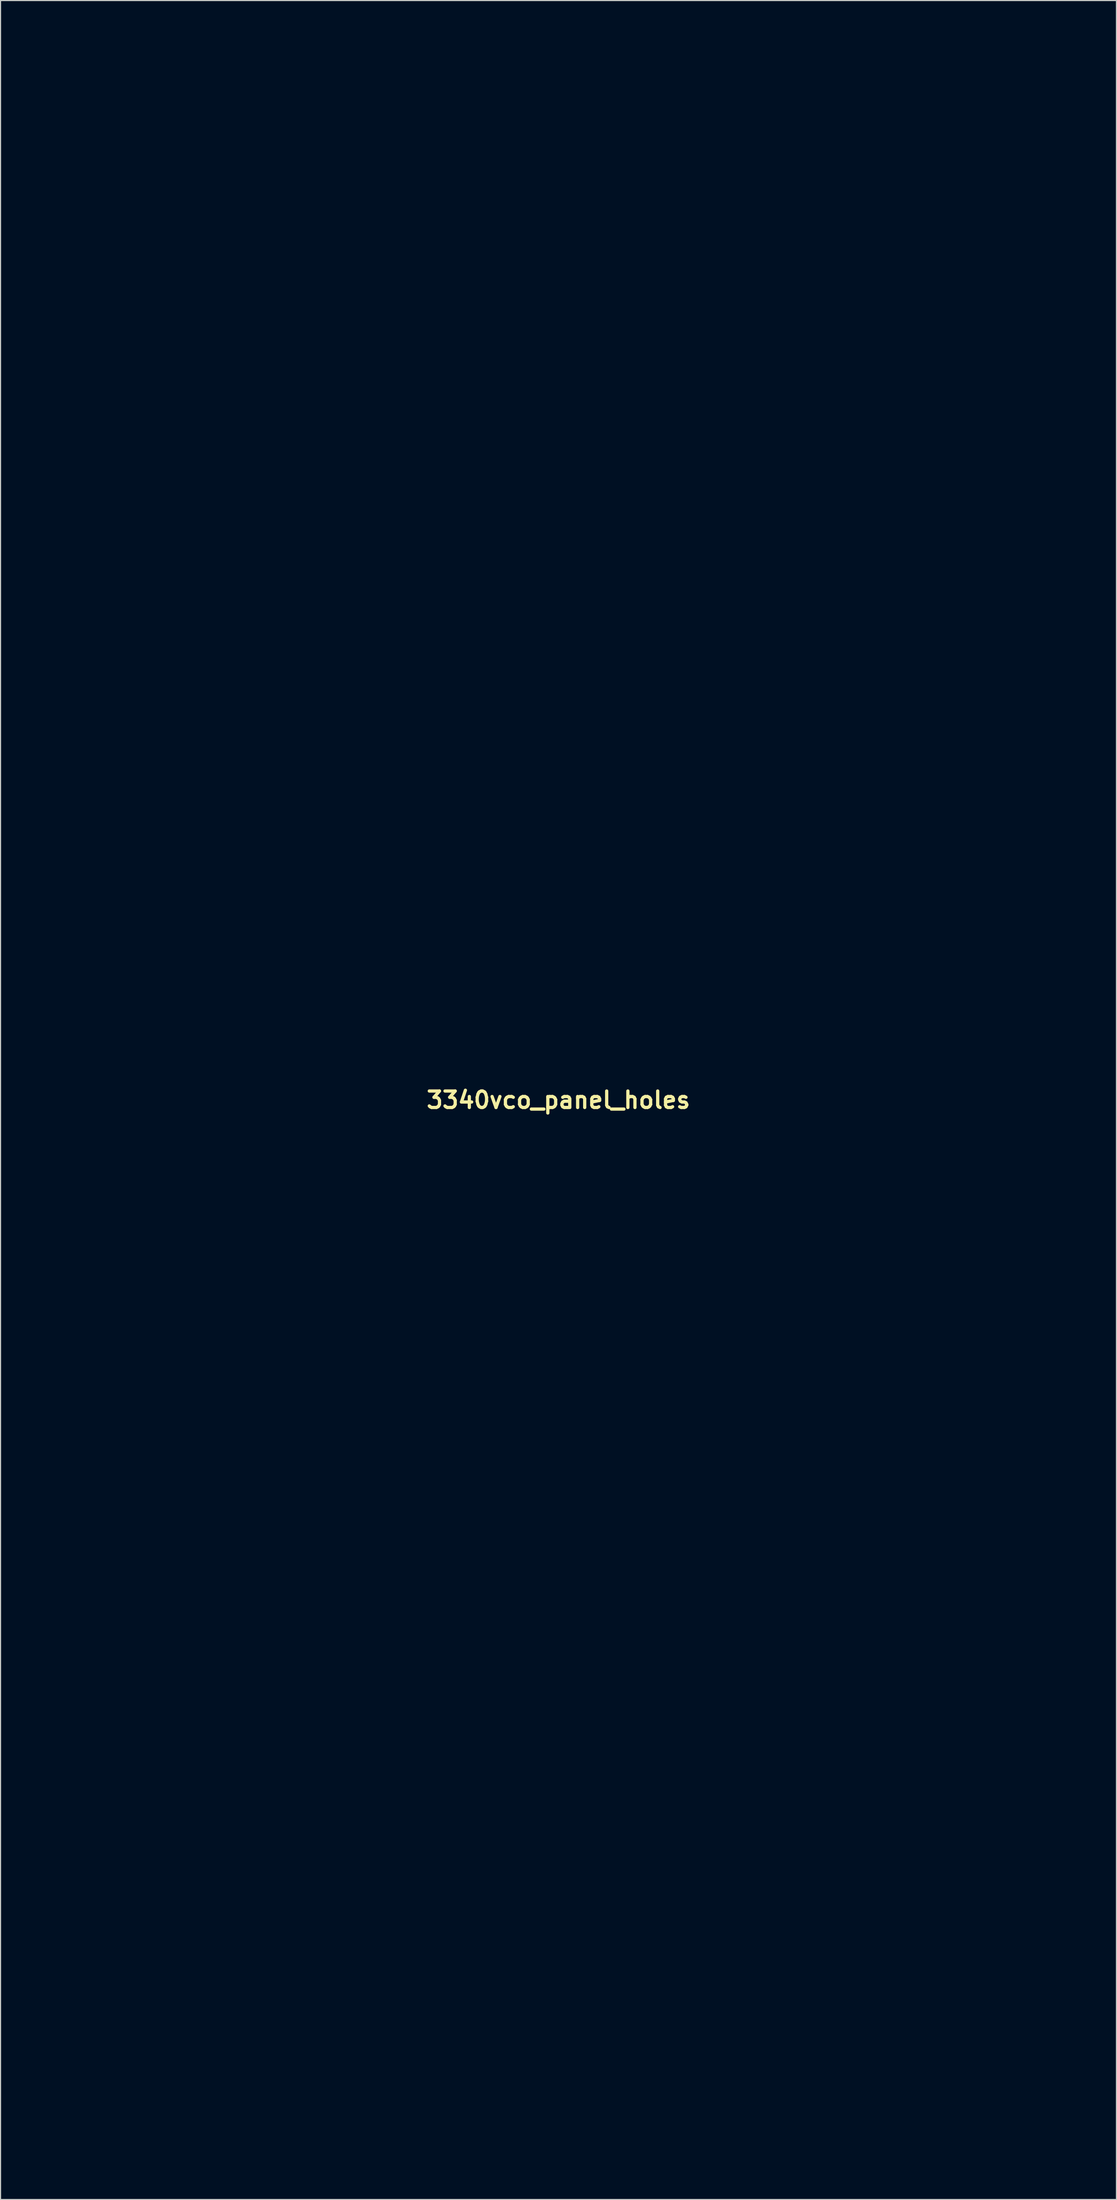
<source format=kicad_pcb>
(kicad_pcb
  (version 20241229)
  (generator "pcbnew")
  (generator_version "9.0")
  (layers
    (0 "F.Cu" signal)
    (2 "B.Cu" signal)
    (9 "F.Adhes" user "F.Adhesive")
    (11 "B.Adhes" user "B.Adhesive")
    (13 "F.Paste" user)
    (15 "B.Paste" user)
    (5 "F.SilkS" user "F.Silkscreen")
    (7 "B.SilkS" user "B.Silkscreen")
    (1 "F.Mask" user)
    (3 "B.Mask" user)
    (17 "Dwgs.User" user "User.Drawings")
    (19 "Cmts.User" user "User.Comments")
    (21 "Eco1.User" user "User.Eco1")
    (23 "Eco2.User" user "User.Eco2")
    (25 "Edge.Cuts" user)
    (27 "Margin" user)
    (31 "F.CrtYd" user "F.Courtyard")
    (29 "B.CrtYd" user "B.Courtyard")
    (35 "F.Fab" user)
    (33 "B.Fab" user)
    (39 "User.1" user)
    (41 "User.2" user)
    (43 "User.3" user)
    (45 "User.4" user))
  (footprint "3340vco_panel_holes"
    (layer "F.Cu")
    (at 48.58 98.605)
    (property "Reference" "3340vco_panel_holes" (at 0 0 0) (layer "F.SilkS") (effects (font (size 1.524 1.524) (thickness 0.3))))
    (attr through_hole)
    (fp_poly (pts (xy 47.213 -86.201) (xy 47.396 -86.016) (xy 47.396 40.017) (xy 47.213 40.201) (xy 47.029 40.386) (xy -2.986 40.386) (xy -3.378 39.991) (xy -3.378 16.383) (xy -47.004 16.383) (xy -47.187 16.198) (xy -47.371 16.014) (xy -47.371 -16.994) (xy -47.371 -49.606) (xy -46.584 -49.606) (xy -46.584 15.596) (xy -3.011 15.596) (xy -2.591 16.014) (xy -2.591 39.599) (xy 46.609 39.599) (xy 46.609 -85.598) (xy -9.601 -85.598) (xy -9.601 -50.001) (xy -9.797 -49.804) (xy -9.994 -49.606) (xy -46.584 -49.606) (xy -47.371 -49.606) (xy -47.371 -50.001) (xy -47.174 -50.197) (xy -46.976 -50.394) (xy -10.389 -50.394) (xy -10.382 -68.193) (xy -10.376 -85.992) (xy -10.179 -85.999) (xy -9.982 -86.007) (xy -9.982 -86.385) (xy 18.524 -86.385) (xy 47.029 -86.385) (xy 47.213 -86.201)) (stroke (width 0.01) (type solid)) (fill no) (layer "Eco1.User"))
    (fp_poly (pts (xy 44.277 -55.217) (xy 44.503 -55.145) (xy 44.707 -55.032) (xy 44.886 -54.883) (xy 45.034 -54.704) (xy 45.148 -54.502) (xy 45.224 -54.282) (xy 45.257 -54.051) (xy 45.244 -53.821) (xy 45.184 -53.584) (xy 45.082 -53.369) (xy 44.945 -53.181) (xy 44.777 -53.023) (xy 44.585 -52.897) (xy 44.373 -52.809) (xy 44.147 -52.761) (xy 43.913 -52.757) (xy 43.695 -52.795) (xy 43.464 -52.882) (xy 43.259 -53.01) (xy 43.085 -53.172) (xy 42.946 -53.365) (xy 42.845 -53.582) (xy 42.787 -53.817) (xy 42.774 -54) (xy 42.785 -54.127) (xy 43.002 -54.127) (xy 43.002 -53.873) (xy 43.866 -53.873) (xy 43.866 -53.01) (xy 44.145 -53.01) (xy 44.145 -53.873) (xy 45.009 -53.873) (xy 45.009 -54.127) (xy 44.145 -54.127) (xy 44.145 -54.991) (xy 43.866 -54.991) (xy 43.866 -54.127) (xy 43.002 -54.127) (xy 42.785 -54.127) (xy 42.797 -54.251) (xy 42.866 -54.481) (xy 42.981 -54.691) (xy 43.139 -54.876) (xy 43.338 -55.04) (xy 43.555 -55.157) (xy 43.786 -55.226) (xy 44.03 -55.245) (xy 44.277 -55.217)) (stroke (width 0.01) (type solid)) (fill no) (layer "Eco1.User"))
    (fp_poly (pts (xy 44.264 -15.217) (xy 44.487 -15.151) (xy 44.687 -15.047) (xy 44.862 -14.91) (xy 45.009 -14.746) (xy 45.124 -14.558) (xy 45.205 -14.352) (xy 45.249 -14.133) (xy 45.253 -13.906) (xy 45.213 -13.676) (xy 45.127 -13.449) (xy 45.105 -13.406) (xy 44.973 -13.209) (xy 44.805 -13.044) (xy 44.609 -12.912) (xy 44.393 -12.818) (xy 44.163 -12.765) (xy 43.927 -12.756) (xy 43.722 -12.787) (xy 43.492 -12.868) (xy 43.286 -12.989) (xy 43.108 -13.147) (xy 42.964 -13.333) (xy 42.858 -13.545) (xy 42.793 -13.775) (xy 42.774 -13.992) (xy 42.784 -14.122) (xy 43.002 -14.122) (xy 43.002 -13.868) (xy 43.866 -13.868) (xy 43.866 -13.005) (xy 44.145 -13.005) (xy 44.145 -13.868) (xy 45.009 -13.868) (xy 45.009 -14.122) (xy 44.145 -14.122) (xy 44.145 -15.014) (xy 44.012 -15.006) (xy 43.879 -14.999) (xy 43.865 -14.122) (xy 43.002 -14.122) (xy 42.784 -14.122) (xy 42.793 -14.234) (xy 42.849 -14.447) (xy 42.948 -14.643) (xy 43.091 -14.828) (xy 43.108 -14.847) (xy 43.297 -15.014) (xy 43.507 -15.135) (xy 43.738 -15.21) (xy 43.991 -15.239) (xy 44.022 -15.24) (xy 44.264 -15.217)) (stroke (width 0.01) (type solid)) (fill no) (layer "Eco1.User"))
    (fp_poly (pts (xy 44.178 -75.231) (xy 44.318 -75.208) (xy 44.453 -75.164) (xy 44.605 -75.092) (xy 44.609 -75.089) (xy 44.8 -74.962) (xy 44.965 -74.796) (xy 45.099 -74.601) (xy 45.196 -74.386) (xy 45.251 -74.158) (xy 45.262 -73.995) (xy 45.248 -73.841) (xy 45.211 -73.671) (xy 45.158 -73.508) (xy 45.123 -73.432) (xy 45.025 -73.278) (xy 44.893 -73.128) (xy 44.742 -72.995) (xy 44.586 -72.896) (xy 44.567 -72.886) (xy 44.344 -72.799) (xy 44.129 -72.756) (xy 43.911 -72.757) (xy 43.749 -72.783) (xy 43.512 -72.859) (xy 43.302 -72.976) (xy 43.121 -73.13) (xy 42.974 -73.314) (xy 42.864 -73.525) (xy 42.796 -73.758) (xy 42.786 -73.863) (xy 43 -73.863) (xy 43.866 -73.863) (xy 43.866 -73) (xy 44.145 -73) (xy 44.145 -73.863) (xy 45.009 -73.863) (xy 45.009 -74.143) (xy 44.145 -74.143) (xy 44.145 -75.009) (xy 44.012 -75.001) (xy 43.879 -74.993) (xy 43.872 -74.569) (xy 43.865 -74.144) (xy 43.44 -74.137) (xy 43.015 -74.13) (xy 43.007 -73.997) (xy 43 -73.863) (xy 42.786 -73.863) (xy 42.774 -74.001) (xy 42.795 -74.251) (xy 42.86 -74.476) (xy 42.971 -74.682) (xy 43.129 -74.872) (xy 43.133 -74.876) (xy 43.324 -75.035) (xy 43.531 -75.148) (xy 43.759 -75.215) (xy 44.01 -75.237) (xy 44.011 -75.237) (xy 44.178 -75.231)) (stroke (width 0.01) (type solid)) (fill no) (layer "Eco1.User"))
    (fp_poly (pts (xy 44.157 -45.232) (xy 44.319 -45.207) (xy 44.336 -45.203) (xy 44.552 -45.121) (xy 44.753 -44.997) (xy 44.929 -44.84) (xy 45.071 -44.657) (xy 45.132 -44.546) (xy 45.217 -44.316) (xy 45.254 -44.086) (xy 45.248 -43.86) (xy 45.201 -43.644) (xy 45.119 -43.44) (xy 45.003 -43.255) (xy 44.857 -43.091) (xy 44.686 -42.955) (xy 44.492 -42.85) (xy 44.278 -42.781) (xy 44.049 -42.752) (xy 43.808 -42.768) (xy 43.766 -42.776) (xy 43.644 -42.812) (xy 43.503 -42.872) (xy 43.36 -42.946) (xy 43.236 -43.026) (xy 43.182 -43.068) (xy 43.054 -43.205) (xy 42.94 -43.374) (xy 42.85 -43.559) (xy 42.82 -43.645) (xy 42.786 -43.813) (xy 42.783 -43.866) (xy 43 -43.866) (xy 43.866 -43.866) (xy 43.866 -43.002) (xy 44.145 -43.002) (xy 44.145 -43.866) (xy 45.009 -43.866) (xy 45.009 -44.145) (xy 44.145 -44.145) (xy 44.145 -45.011) (xy 44.012 -45.004) (xy 43.879 -44.996) (xy 43.872 -44.571) (xy 43.865 -44.146) (xy 43.44 -44.139) (xy 43.015 -44.133) (xy 43.007 -43.999) (xy 43 -43.866) (xy 42.783 -43.866) (xy 42.776 -44.002) (xy 42.787 -44.193) (xy 42.821 -44.368) (xy 42.847 -44.447) (xy 42.959 -44.662) (xy 43.109 -44.852) (xy 43.289 -45.011) (xy 43.492 -45.132) (xy 43.634 -45.187) (xy 43.792 -45.221) (xy 43.974 -45.236) (xy 44.157 -45.232)) (stroke (width 0.01) (type solid)) (fill no) (layer "Eco1.User"))
    (fp_poly (pts (xy 44.239 -25.225) (xy 44.454 -25.16) (xy 44.659 -25.059) (xy 44.841 -24.928) (xy 44.894 -24.879) (xy 45.048 -24.691) (xy 45.159 -24.485) (xy 45.227 -24.266) (xy 45.254 -24.04) (xy 45.24 -23.815) (xy 45.186 -23.595) (xy 45.094 -23.387) (xy 44.963 -23.197) (xy 44.796 -23.031) (xy 44.601 -22.9) (xy 44.415 -22.822) (xy 44.205 -22.775) (xy 43.988 -22.76) (xy 43.779 -22.777) (xy 43.661 -22.806) (xy 43.426 -22.906) (xy 43.22 -23.045) (xy 43.047 -23.219) (xy 42.912 -23.422) (xy 42.818 -23.651) (xy 42.808 -23.686) (xy 42.783 -23.828) (xy 42.775 -23.995) (xy 42.782 -24.13) (xy 43.002 -24.13) (xy 43.002 -23.876) (xy 43.866 -23.876) (xy 43.866 -23.448) (xy 43.867 -23.306) (xy 43.869 -23.182) (xy 43.873 -23.084) (xy 43.878 -23.022) (xy 43.883 -23.004) (xy 43.916 -22.994) (xy 43.982 -22.988) (xy 44.022 -22.987) (xy 44.145 -22.987) (xy 44.145 -23.876) (xy 45.009 -23.876) (xy 45.009 -24.13) (xy 44.145 -24.13) (xy 44.145 -24.994) (xy 43.866 -24.994) (xy 43.866 -24.13) (xy 43.002 -24.13) (xy 42.782 -24.13) (xy 42.783 -24.163) (xy 42.808 -24.31) (xy 42.815 -24.335) (xy 42.909 -24.569) (xy 43.042 -24.774) (xy 43.209 -24.948) (xy 43.406 -25.085) (xy 43.626 -25.183) (xy 43.864 -25.237) (xy 44.027 -25.248) (xy 44.239 -25.225)) (stroke (width 0.01) (type solid)) (fill no) (layer "Eco1.User"))
    (fp_poly (pts (xy 44.316 -35.208) (xy 44.413 -35.178) (xy 44.634 -35.077) (xy 44.827 -34.938) (xy 44.989 -34.767) (xy 45.116 -34.57) (xy 45.205 -34.354) (xy 45.253 -34.124) (xy 45.255 -33.886) (xy 45.235 -33.752) (xy 45.161 -33.518) (xy 45.047 -33.309) (xy 44.897 -33.127) (xy 44.717 -32.977) (xy 44.512 -32.863) (xy 44.288 -32.789) (xy 44.051 -32.758) (xy 43.839 -32.769) (xy 43.6 -32.827) (xy 43.381 -32.928) (xy 43.186 -33.069) (xy 43.022 -33.245) (xy 42.893 -33.45) (xy 42.814 -33.653) (xy 42.783 -33.816) (xy 42.774 -34.002) (xy 42.783 -34.138) (xy 43 -34.138) (xy 43.007 -34.004) (xy 43.015 -33.871) (xy 43.866 -33.857) (xy 43.866 -33.443) (xy 43.867 -33.303) (xy 43.87 -33.18) (xy 43.874 -33.086) (xy 43.879 -33.027) (xy 43.883 -33.012) (xy 43.916 -33.002) (xy 43.982 -32.996) (xy 44.022 -32.995) (xy 44.145 -32.995) (xy 44.145 -33.858) (xy 45.009 -33.858) (xy 45.009 -34.138) (xy 44.145 -34.138) (xy 44.145 -35.004) (xy 44.012 -34.996) (xy 43.879 -34.989) (xy 43.872 -34.563) (xy 43.865 -34.138) (xy 43 -34.138) (xy 42.783 -34.138) (xy 42.787 -34.191) (xy 42.821 -34.361) (xy 42.825 -34.374) (xy 42.919 -34.597) (xy 43.051 -34.792) (xy 43.216 -34.956) (xy 43.407 -35.087) (xy 43.618 -35.18) (xy 43.844 -35.233) (xy 44.079 -35.243) (xy 44.316 -35.208)) (stroke (width 0.01) (type solid)) (fill no) (layer "Eco1.User"))
    (fp_poly (pts (xy 44.184 -65.234) (xy 44.415 -65.178) (xy 44.634 -65.076) (xy 44.835 -64.927) (xy 44.868 -64.896) (xy 45.031 -64.707) (xy 45.151 -64.498) (xy 45.227 -64.276) (xy 45.259 -64.048) (xy 45.247 -63.818) (xy 45.191 -63.593) (xy 45.091 -63.379) (xy 44.946 -63.182) (xy 44.896 -63.129) (xy 44.699 -62.965) (xy 44.483 -62.848) (xy 44.336 -62.798) (xy 44.196 -62.774) (xy 44.03 -62.766) (xy 43.859 -62.772) (xy 43.704 -62.794) (xy 43.631 -62.813) (xy 43.413 -62.909) (xy 43.215 -63.047) (xy 43.044 -63.221) (xy 42.908 -63.425) (xy 42.847 -63.554) (xy 42.802 -63.712) (xy 42.779 -63.897) (xy 42.778 -64.09) (xy 42.783 -64.135) (xy 43 -64.135) (xy 43.007 -64.002) (xy 43.015 -63.868) (xy 43.866 -63.854) (xy 43.866 -63.44) (xy 43.867 -63.3) (xy 43.87 -63.178) (xy 43.874 -63.083) (xy 43.879 -63.024) (xy 43.883 -63.009) (xy 43.916 -62.999) (xy 43.982 -62.993) (xy 44.022 -62.992) (xy 44.145 -62.992) (xy 44.145 -63.856) (xy 45.009 -63.856) (xy 45.009 -64.135) (xy 44.145 -64.135) (xy 44.145 -64.999) (xy 43.866 -64.999) (xy 43.866 -64.135) (xy 43 -64.135) (xy 42.783 -64.135) (xy 42.799 -64.271) (xy 42.82 -64.356) (xy 42.916 -64.59) (xy 43.052 -64.793) (xy 43.226 -64.964) (xy 43.438 -65.099) (xy 43.467 -65.114) (xy 43.705 -65.203) (xy 43.945 -65.243) (xy 44.184 -65.234)) (stroke (width 0.01) (type solid)) (fill no) (layer "Eco1.User"))
    (fp_poly (pts (xy 25.215 22.546) (xy 25.533 22.592) (xy 25.843 22.679) (xy 26.139 22.805) (xy 26.417 22.969) (xy 26.674 23.168) (xy 26.904 23.403) (xy 27.105 23.671) (xy 27.271 23.972) (xy 27.357 24.179) (xy 27.453 24.514) (xy 27.501 24.85) (xy 27.502 25.185) (xy 27.459 25.514) (xy 27.374 25.832) (xy 27.248 26.136) (xy 27.084 26.421) (xy 26.884 26.683) (xy 26.649 26.918) (xy 26.381 27.122) (xy 26.083 27.289) (xy 25.864 27.381) (xy 25.557 27.468) (xy 25.235 27.518) (xy 24.912 27.528) (xy 24.603 27.497) (xy 24.588 27.495) (xy 24.246 27.408) (xy 23.923 27.276) (xy 23.623 27.102) (xy 23.35 26.89) (xy 23.108 26.643) (xy 22.902 26.364) (xy 22.745 26.076) (xy 22.621 25.751) (xy 22.546 25.418) (xy 22.517 25.082) (xy 22.528 24.867) (xy 24 24.867) (xy 24.008 25) (xy 24.016 25.133) (xy 24.867 25.147) (xy 24.867 26.035) (xy 25.146 26.035) (xy 25.146 25.146) (xy 26.01 25.146) (xy 26.01 24.867) (xy 25.146 24.867) (xy 25.146 24.026) (xy 25.013 24.033) (xy 24.879 24.041) (xy 24.872 24.454) (xy 24.865 24.867) (xy 24 24.867) (xy 22.528 24.867) (xy 22.534 24.748) (xy 22.595 24.421) (xy 22.698 24.104) (xy 22.844 23.803) (xy 23.029 23.522) (xy 23.253 23.267) (xy 23.515 23.04) (xy 23.623 22.964) (xy 23.927 22.789) (xy 24.243 22.661) (xy 24.565 22.578) (xy 24.89 22.54) (xy 25.215 22.546)) (stroke (width 0.01) (type solid)) (fill no) (layer "Eco1.User"))
    (fp_poly (pts (xy -24.611 -27.466) (xy -24.27 -27.389) (xy -23.939 -27.265) (xy -23.65 -27.11) (xy -23.502 -27.004) (xy -23.342 -26.868) (xy -23.183 -26.712) (xy -23.037 -26.551) (xy -22.917 -26.397) (xy -22.878 -26.337) (xy -22.709 -26.018) (xy -22.588 -25.687) (xy -22.515 -25.346) (xy -22.492 -25.001) (xy -22.517 -24.655) (xy -22.591 -24.312) (xy -22.714 -23.975) (xy -22.734 -23.931) (xy -22.904 -23.628) (xy -23.113 -23.353) (xy -23.359 -23.111) (xy -23.636 -22.903) (xy -23.941 -22.734) (xy -24.27 -22.607) (xy -24.416 -22.566) (xy -24.574 -22.538) (xy -24.765 -22.52) (xy -24.972 -22.514) (xy -25.177 -22.518) (xy -25.365 -22.534) (xy -25.489 -22.554) (xy -25.832 -22.652) (xy -26.146 -22.788) (xy -26.436 -22.968) (xy -26.707 -23.192) (xy -26.726 -23.211) (xy -26.956 -23.466) (xy -27.146 -23.749) (xy -27.294 -24.053) (xy -27.4 -24.375) (xy -27.462 -24.709) (xy -27.479 -25.05) (xy -27.468 -25.171) (xy -25.984 -25.171) (xy -25.984 -24.892) (xy -25.121 -24.892) (xy -25.121 -24.003) (xy -24.841 -24.003) (xy -24.841 -24.891) (xy -23.99 -24.905) (xy -23.975 -25.171) (xy -24.84 -25.171) (xy -24.854 -25.997) (xy -24.987 -26.005) (xy -25.121 -26.012) (xy -25.121 -25.171) (xy -25.984 -25.171) (xy -27.468 -25.171) (xy -27.45 -25.392) (xy -27.373 -25.731) (xy -27.328 -25.867) (xy -27.25 -26.05) (xy -27.144 -26.248) (xy -27.022 -26.443) (xy -26.893 -26.617) (xy -26.869 -26.645) (xy -26.691 -26.826) (xy -26.475 -26.998) (xy -26.234 -27.154) (xy -25.981 -27.285) (xy -25.728 -27.384) (xy -25.654 -27.406) (xy -25.308 -27.475) (xy -24.959 -27.495) (xy -24.611 -27.466)) (stroke (width 0.01) (type solid)) (fill no) (layer "Eco1.User"))
    (fp_poly (pts (xy 25.278 -7.447) (xy 25.604 -7.388) (xy 25.918 -7.288) (xy 26.216 -7.149) (xy 26.494 -6.971) (xy 26.747 -6.759) (xy 26.971 -6.513) (xy 27.162 -6.237) (xy 27.314 -5.932) (xy 27.361 -5.81) (xy 27.456 -5.472) (xy 27.502 -5.135) (xy 27.503 -4.802) (xy 27.46 -4.478) (xy 27.376 -4.166) (xy 27.253 -3.87) (xy 27.094 -3.592) (xy 26.901 -3.337) (xy 26.677 -3.108) (xy 26.424 -2.909) (xy 26.144 -2.743) (xy 25.84 -2.613) (xy 25.514 -2.524) (xy 25.168 -2.479) (xy 25.108 -2.476) (xy 24.895 -2.476) (xy 24.696 -2.49) (xy 24.613 -2.501) (xy 24.271 -2.583) (xy 23.952 -2.707) (xy 23.659 -2.87) (xy 23.394 -3.068) (xy 23.159 -3.297) (xy 22.957 -3.554) (xy 22.79 -3.835) (xy 22.661 -4.136) (xy 22.572 -4.454) (xy 22.525 -4.784) (xy 22.522 -5.122) (xy 22.523 -5.131) (xy 24.003 -5.131) (xy 24.003 -4.877) (xy 24.867 -4.877) (xy 24.867 -4.437) (xy 24.868 -4.292) (xy 24.87 -4.165) (xy 24.874 -4.065) (xy 24.879 -4) (xy 24.884 -3.979) (xy 24.917 -3.969) (xy 24.983 -3.963) (xy 25.023 -3.962) (xy 25.146 -3.962) (xy 25.146 -4.877) (xy 26.01 -4.877) (xy 26.01 -5.131) (xy 25.146 -5.131) (xy 25.146 -5.972) (xy 25.013 -5.964) (xy 24.879 -5.956) (xy 24.872 -5.544) (xy 24.865 -5.131) (xy 24.003 -5.131) (xy 22.523 -5.131) (xy 22.567 -5.466) (xy 22.608 -5.636) (xy 22.721 -5.959) (xy 22.879 -6.261) (xy 23.077 -6.539) (xy 23.311 -6.788) (xy 23.577 -7.004) (xy 23.872 -7.183) (xy 24.191 -7.322) (xy 24.273 -7.349) (xy 24.608 -7.429) (xy 24.944 -7.461) (xy 25.278 -7.447)) (stroke (width 0.01) (type solid)) (fill no) (layer "Eco1.User"))
    (fp_poly (pts (xy 25.439 -67.425) (xy 25.771 -67.344) (xy 26.093 -67.217) (xy 26.124 -67.201) (xy 26.375 -67.054) (xy 26.618 -66.87) (xy 26.84 -66.662) (xy 27.028 -66.44) (xy 27.075 -66.373) (xy 27.25 -66.071) (xy 27.379 -65.754) (xy 27.462 -65.427) (xy 27.501 -65.095) (xy 27.496 -64.763) (xy 27.448 -64.436) (xy 27.357 -64.117) (xy 27.225 -63.812) (xy 27.051 -63.525) (xy 26.836 -63.262) (xy 26.582 -63.026) (xy 26.581 -63.026) (xy 26.315 -62.841) (xy 26.02 -62.69) (xy 25.707 -62.577) (xy 25.384 -62.502) (xy 25.06 -62.469) (xy 24.744 -62.481) (xy 24.701 -62.486) (xy 24.349 -62.558) (xy 24.019 -62.675) (xy 23.712 -62.837) (xy 23.426 -63.045) (xy 23.24 -63.217) (xy 23.007 -63.488) (xy 22.816 -63.784) (xy 22.669 -64.101) (xy 22.57 -64.436) (xy 22.566 -64.453) (xy 22.532 -64.684) (xy 22.521 -64.941) (xy 22.529 -65.126) (xy 24.003 -65.126) (xy 24.003 -64.872) (xy 24.867 -64.872) (xy 24.867 -64.431) (xy 24.868 -64.287) (xy 24.87 -64.16) (xy 24.874 -64.06) (xy 24.879 -63.995) (xy 24.884 -63.974) (xy 24.917 -63.964) (xy 24.983 -63.958) (xy 25.023 -63.957) (xy 25.146 -63.957) (xy 25.146 -64.872) (xy 26.01 -64.872) (xy 26.01 -65.126) (xy 25.146 -65.126) (xy 25.146 -65.964) (xy 24.867 -65.964) (xy 24.867 -65.126) (xy 24.003 -65.126) (xy 22.529 -65.126) (xy 22.532 -65.202) (xy 22.564 -65.448) (xy 22.591 -65.57) (xy 22.705 -65.915) (xy 22.863 -66.233) (xy 23.064 -66.524) (xy 23.254 -66.736) (xy 23.515 -66.963) (xy 23.802 -67.148) (xy 24.11 -67.291) (xy 24.432 -67.391) (xy 24.765 -67.447) (xy 25.102 -67.459) (xy 25.439 -67.425)) (stroke (width 0.01) (type solid)) (fill no) (layer "Eco1.User"))
    (fp_poly (pts (xy 25.347 -37.472) (xy 25.55 -37.437) (xy 25.76 -37.379) (xy 25.838 -37.353) (xy 26.155 -37.218) (xy 26.45 -37.038) (xy 26.699 -36.834) (xy 26.883 -36.648) (xy 27.032 -36.465) (xy 27.159 -36.268) (xy 27.256 -36.081) (xy 27.388 -35.749) (xy 27.472 -35.409) (xy 27.507 -35.065) (xy 27.493 -34.722) (xy 27.431 -34.384) (xy 27.321 -34.054) (xy 27.249 -33.896) (xy 27.067 -33.588) (xy 26.847 -33.312) (xy 26.592 -33.071) (xy 26.304 -32.867) (xy 25.987 -32.703) (xy 25.642 -32.58) (xy 25.616 -32.573) (xy 25.505 -32.552) (xy 25.358 -32.535) (xy 25.187 -32.525) (xy 25.006 -32.52) (xy 24.83 -32.521) (xy 24.672 -32.529) (xy 24.545 -32.543) (xy 24.511 -32.55) (xy 24.165 -32.652) (xy 23.842 -32.797) (xy 23.546 -32.982) (xy 23.28 -33.205) (xy 23.047 -33.463) (xy 22.851 -33.753) (xy 22.769 -33.909) (xy 22.646 -34.203) (xy 22.567 -34.5) (xy 22.527 -34.811) (xy 22.525 -34.9) (xy 24 -34.9) (xy 24.867 -34.9) (xy 24.867 -34.011) (xy 25.146 -34.011) (xy 25.146 -34.9) (xy 26.01 -34.9) (xy 26.01 -35.179) (xy 25.146 -35.179) (xy 25.146 -35.992) (xy 24.867 -35.992) (xy 24.867 -35.18) (xy 24.441 -35.173) (xy 24.016 -35.166) (xy 24.008 -35.033) (xy 24 -34.9) (xy 22.525 -34.9) (xy 22.521 -35.001) (xy 22.524 -35.137) (xy 22.532 -35.271) (xy 22.543 -35.386) (xy 22.553 -35.446) (xy 22.649 -35.8) (xy 22.789 -36.129) (xy 22.969 -36.43) (xy 23.187 -36.701) (xy 23.441 -36.938) (xy 23.729 -37.139) (xy 23.962 -37.263) (xy 24.196 -37.36) (xy 24.425 -37.426) (xy 24.668 -37.467) (xy 24.892 -37.483) (xy 25.134 -37.486) (xy 25.347 -37.472)) (stroke (width 0.01) (type solid)) (fill no) (layer "Eco1.User"))
    (fp_poly (pts (xy -44.977 95.403) (xy -44.742 95.404) (xy -44.545 95.405) (xy -44.382 95.406) (xy -44.249 95.409) (xy -44.141 95.412) (xy -44.055 95.416) (xy -43.986 95.421) (xy -43.93 95.427) (xy -43.882 95.435) (xy -43.839 95.444) (xy -43.805 95.452) (xy -43.538 95.545) (xy -43.296 95.679) (xy -43.083 95.849) (xy -42.906 96.053) (xy -42.868 96.108) (xy -42.742 96.326) (xy -42.658 96.537) (xy -42.611 96.755) (xy -42.599 96.994) (xy -42.602 97.098) (xy -42.641 97.374) (xy -42.726 97.634) (xy -42.853 97.872) (xy -43.02 98.085) (xy -43.222 98.268) (xy -43.457 98.417) (xy -43.699 98.52) (xy -43.904 98.59) (xy -45.517 98.594) (xy -45.803 98.594) (xy -46.077 98.594) (xy -46.334 98.593) (xy -46.57 98.591) (xy -46.779 98.589) (xy -46.958 98.586) (xy -47.101 98.583) (xy -47.204 98.579) (xy -47.261 98.575) (xy -47.266 98.575) (xy -47.512 98.508) (xy -47.749 98.398) (xy -47.97 98.249) (xy -48.165 98.069) (xy -48.325 97.864) (xy -48.391 97.752) (xy -48.475 97.577) (xy -48.53 97.418) (xy -48.561 97.256) (xy -48.574 97.073) (xy -48.574 96.99) (xy -48.572 96.85) (xy -48.563 96.741) (xy -48.545 96.646) (xy -48.517 96.545) (xy -48.503 96.502) (xy -48.389 96.243) (xy -48.233 96.009) (xy -48.04 95.805) (xy -47.815 95.638) (xy -47.664 95.555) (xy -47.602 95.526) (xy -47.543 95.501) (xy -47.483 95.479) (xy -47.42 95.461) (xy -47.348 95.446) (xy -47.263 95.434) (xy -47.161 95.424) (xy -47.038 95.417) (xy -46.89 95.411) (xy -46.712 95.408) (xy -46.501 95.405) (xy -46.252 95.404) (xy -45.961 95.403) (xy -45.625 95.403) (xy -45.578 95.403) (xy -45.254 95.403) (xy -44.977 95.403)) (stroke (width 0.01) (type solid)) (fill no) (layer "Eco1.User"))
    (fp_poly (pts (xy 46.644 -98.598) (xy 46.834 -98.595) (xy 46.993 -98.591) (xy 47.127 -98.583) (xy 47.239 -98.574) (xy 47.333 -98.561) (xy 47.414 -98.545) (xy 47.485 -98.525) (xy 47.551 -98.502) (xy 47.615 -98.474) (xy 47.682 -98.442) (xy 47.714 -98.427) (xy 47.957 -98.279) (xy 48.167 -98.094) (xy 48.339 -97.876) (xy 48.472 -97.628) (xy 48.552 -97.395) (xy 48.577 -97.255) (xy 48.589 -97.087) (xy 48.589 -96.908) (xy 48.576 -96.74) (xy 48.553 -96.609) (xy 48.461 -96.353) (xy 48.326 -96.115) (xy 48.153 -95.902) (xy 47.947 -95.718) (xy 47.713 -95.571) (xy 47.485 -95.475) (xy 47.307 -95.415) (xy 45.657 -95.41) (xy 45.325 -95.409) (xy 45.04 -95.408) (xy 44.797 -95.408) (xy 44.594 -95.408) (xy 44.424 -95.409) (xy 44.286 -95.411) (xy 44.173 -95.413) (xy 44.083 -95.417) (xy 44.011 -95.422) (xy 43.954 -95.427) (xy 43.906 -95.434) (xy 43.865 -95.442) (xy 43.825 -95.452) (xy 43.819 -95.453) (xy 43.599 -95.525) (xy 43.41 -95.616) (xy 43.237 -95.738) (xy 43.088 -95.873) (xy 42.981 -95.984) (xy 42.902 -96.081) (xy 42.838 -96.179) (xy 42.779 -96.293) (xy 42.701 -96.474) (xy 42.65 -96.637) (xy 42.623 -96.801) (xy 42.615 -96.987) (xy 42.615 -97.028) (xy 42.642 -97.305) (xy 42.715 -97.568) (xy 42.832 -97.811) (xy 42.99 -98.031) (xy 43.184 -98.223) (xy 43.413 -98.384) (xy 43.673 -98.51) (xy 43.764 -98.542) (xy 43.796 -98.552) (xy 43.833 -98.56) (xy 43.878 -98.567) (xy 43.937 -98.573) (xy 44.012 -98.578) (xy 44.108 -98.582) (xy 44.229 -98.585) (xy 44.38 -98.588) (xy 44.563 -98.59) (xy 44.783 -98.592) (xy 45.044 -98.594) (xy 45.35 -98.596) (xy 45.5 -98.597) (xy 45.852 -98.599) (xy 46.157 -98.6) (xy 46.419 -98.6) (xy 46.644 -98.598)) (stroke (width 0.01) (type solid)) (fill no) (layer "Eco1.User"))
    (fp_poly (pts (xy -44.618 -98.6) (xy -44.448 -98.598) (xy -44.308 -98.596) (xy -44.193 -98.593) (xy -44.101 -98.589) (xy -44.027 -98.584) (xy -43.966 -98.578) (xy -43.915 -98.57) (xy -43.882 -98.564) (xy -43.611 -98.485) (xy -43.364 -98.364) (xy -43.146 -98.206) (xy -42.958 -98.015) (xy -42.806 -97.796) (xy -42.693 -97.553) (xy -42.621 -97.29) (xy -42.596 -97.013) (xy -42.596 -97.004) (xy -42.612 -96.76) (xy -42.661 -96.538) (xy -42.75 -96.317) (xy -42.78 -96.256) (xy -42.925 -96.029) (xy -43.11 -95.829) (xy -43.325 -95.662) (xy -43.564 -95.533) (xy -43.82 -95.448) (xy -43.853 -95.44) (xy -43.919 -95.432) (xy -44.031 -95.425) (xy -44.182 -95.419) (xy -44.366 -95.413) (xy -44.579 -95.409) (xy -44.814 -95.406) (xy -45.066 -95.403) (xy -45.329 -95.402) (xy -45.598 -95.401) (xy -45.866 -95.402) (xy -46.13 -95.403) (xy -46.381 -95.406) (xy -46.616 -95.409) (xy -46.829 -95.414) (xy -47.013 -95.419) (xy -47.163 -95.426) (xy -47.275 -95.433) (xy -47.341 -95.441) (xy -47.341 -95.441) (xy -47.575 -95.513) (xy -47.793 -95.626) (xy -48.002 -95.784) (xy -48.108 -95.884) (xy -48.257 -96.047) (xy -48.369 -96.206) (xy -48.457 -96.378) (xy -48.528 -96.58) (xy -48.53 -96.585) (xy -48.559 -96.726) (xy -48.574 -96.897) (xy -48.575 -97.079) (xy -48.562 -97.254) (xy -48.535 -97.402) (xy -48.53 -97.422) (xy -48.424 -97.688) (xy -48.276 -97.93) (xy -48.09 -98.143) (xy -47.869 -98.322) (xy -47.617 -98.465) (xy -47.422 -98.542) (xy -47.39 -98.552) (xy -47.353 -98.56) (xy -47.308 -98.567) (xy -47.249 -98.573) (xy -47.174 -98.578) (xy -47.078 -98.582) (xy -46.957 -98.585) (xy -46.807 -98.588) (xy -46.624 -98.59) (xy -46.404 -98.592) (xy -46.144 -98.594) (xy -45.838 -98.596) (xy -45.683 -98.597) (xy -45.351 -98.598) (xy -45.065 -98.6) (xy -44.822 -98.6) (xy -44.618 -98.6)) (stroke (width 0.01) (type solid)) (fill no) (layer "Eco1.User"))
    (fp_poly (pts (xy -37.198 3.519) (xy -36.81 3.568) (xy -36.435 3.663) (xy -36.064 3.806) (xy -35.998 3.835) (xy -35.634 4.034) (xy -35.299 4.272) (xy -34.996 4.546) (xy -34.728 4.855) (xy -34.496 5.193) (xy -34.304 5.56) (xy -34.153 5.95) (xy -34.046 6.362) (xy -34.045 6.369) (xy -34.018 6.556) (xy -34.002 6.778) (xy -33.999 7.017) (xy -34.007 7.258) (xy -34.026 7.484) (xy -34.056 7.68) (xy -34.059 7.695) (xy -34.166 8.094) (xy -34.314 8.468) (xy -34.507 8.825) (xy -34.591 8.955) (xy -34.839 9.281) (xy -35.124 9.573) (xy -35.441 9.831) (xy -35.787 10.05) (xy -36.158 10.229) (xy -36.548 10.365) (xy -36.944 10.453) (xy -37.103 10.471) (xy -37.295 10.483) (xy -37.502 10.486) (xy -37.708 10.483) (xy -37.896 10.471) (xy -38.049 10.453) (xy -38.46 10.358) (xy -38.852 10.218) (xy -39.223 10.034) (xy -39.568 9.808) (xy -39.885 9.543) (xy -40.17 9.241) (xy -40.385 8.954) (xy -40.572 8.641) (xy -40.73 8.297) (xy -40.853 7.94) (xy -40.934 7.595) (xy -40.96 7.396) (xy -40.973 7.166) (xy -40.975 6.923) (xy -40.973 6.858) (xy -39.98 6.858) (xy -39.98 7.137) (xy -37.617 7.137) (xy -37.617 9.5) (xy -37.363 9.5) (xy -37.363 7.137) (xy -34.973 7.137) (xy -34.989 6.871) (xy -36.176 6.864) (xy -37.363 6.857) (xy -37.363 4.496) (xy -37.617 4.496) (xy -37.617 6.858) (xy -39.98 6.858) (xy -40.973 6.858) (xy -40.966 6.686) (xy -40.945 6.472) (xy -40.934 6.401) (xy -40.837 5.997) (xy -40.696 5.612) (xy -40.512 5.249) (xy -40.288 4.911) (xy -40.028 4.601) (xy -39.734 4.323) (xy -39.409 4.081) (xy -39.056 3.877) (xy -38.678 3.715) (xy -38.595 3.686) (xy -38.385 3.622) (xy -38.192 3.575) (xy -37.998 3.543) (xy -37.786 3.523) (xy -37.605 3.514) (xy -37.198 3.519)) (stroke (width 0.01) (type solid)) (fill no) (layer "Eco1.User"))
    (fp_poly (pts (xy -24.645 -68.475) (xy -24.419 -68.45) (xy -24.308 -68.43) (xy -23.893 -68.317) (xy -23.502 -68.162) (xy -23.139 -67.965) (xy -22.805 -67.73) (xy -22.502 -67.459) (xy -22.234 -67.154) (xy -22.002 -66.818) (xy -21.809 -66.454) (xy -21.657 -66.062) (xy -21.549 -65.647) (xy -21.547 -65.64) (xy -21.524 -65.478) (xy -21.509 -65.281) (xy -21.502 -65.064) (xy -21.504 -64.842) (xy -21.514 -64.632) (xy -21.533 -64.447) (xy -21.547 -64.357) (xy -21.655 -63.942) (xy -21.806 -63.552) (xy -22.001 -63.187) (xy -22.241 -62.846) (xy -22.484 -62.571) (xy -22.799 -62.28) (xy -23.135 -62.036) (xy -23.493 -61.838) (xy -23.872 -61.686) (xy -24.273 -61.58) (xy -24.695 -61.52) (xy -24.869 -61.509) (xy -25.012 -61.506) (xy -25.162 -61.508) (xy -25.297 -61.515) (xy -25.362 -61.521) (xy -25.782 -61.596) (xy -26.183 -61.717) (xy -26.561 -61.88) (xy -26.915 -62.085) (xy -27.24 -62.328) (xy -27.534 -62.607) (xy -27.795 -62.921) (xy -28.02 -63.266) (xy -28.205 -63.642) (xy -28.307 -63.91) (xy -28.391 -64.204) (xy -28.444 -64.502) (xy -28.47 -64.82) (xy -28.473 -64.999) (xy -28.467 -65.126) (xy -27.483 -65.126) (xy -27.483 -64.872) (xy -25.121 -64.872) (xy -25.121 -62.509) (xy -24.841 -62.509) (xy -24.841 -64.872) (xy -22.479 -64.872) (xy -22.479 -65.126) (xy -24.841 -65.126) (xy -24.854 -67.501) (xy -24.987 -67.508) (xy -25.121 -67.516) (xy -25.121 -65.126) (xy -27.483 -65.126) (xy -28.467 -65.126) (xy -28.454 -65.397) (xy -28.396 -65.771) (xy -28.295 -66.13) (xy -28.151 -66.484) (xy -28.115 -66.556) (xy -27.982 -66.804) (xy -27.838 -67.024) (xy -27.672 -67.233) (xy -27.473 -67.447) (xy -27.457 -67.464) (xy -27.139 -67.748) (xy -26.797 -67.988) (xy -26.43 -68.184) (xy -26.04 -68.334) (xy -25.629 -68.439) (xy -25.592 -68.446) (xy -25.384 -68.473) (xy -25.145 -68.487) (xy -24.893 -68.488) (xy -24.645 -68.475)) (stroke (width 0.01) (type solid)) (fill no) (layer "Eco1.User"))
    (fp_poly (pts (xy 38.022 45.034) (xy 38.517 45.107) (xy 38.997 45.229) (xy 39.46 45.397) (xy 39.904 45.612) (xy 40.326 45.872) (xy 40.725 46.176) (xy 40.963 46.39) (xy 41.305 46.751) (xy 41.606 47.138) (xy 41.864 47.549) (xy 42.08 47.979) (xy 42.253 48.426) (xy 42.381 48.885) (xy 42.466 49.354) (xy 42.505 49.829) (xy 42.499 50.307) (xy 42.446 50.785) (xy 42.347 51.258) (xy 42.2 51.724) (xy 42.006 52.179) (xy 41.967 52.257) (xy 41.717 52.694) (xy 41.428 53.1) (xy 41.104 53.471) (xy 40.747 53.807) (xy 40.361 54.105) (xy 39.947 54.364) (xy 39.508 54.581) (xy 39.047 54.754) (xy 38.567 54.883) (xy 38.16 54.953) (xy 37.953 54.973) (xy 37.714 54.984) (xy 37.461 54.987) (xy 37.211 54.981) (xy 36.981 54.967) (xy 36.843 54.951) (xy 36.356 54.861) (xy 35.885 54.723) (xy 35.432 54.54) (xy 35.001 54.316) (xy 34.595 54.051) (xy 34.215 53.748) (xy 33.867 53.41) (xy 33.551 53.038) (xy 33.271 52.636) (xy 33.031 52.204) (xy 32.892 51.898) (xy 32.726 51.429) (xy 32.608 50.947) (xy 32.538 50.456) (xy 32.518 49.959) (xy 32.523 49.873) (xy 35.014 49.873) (xy 35.014 50.127) (xy 37.389 50.14) (xy 37.389 52.502) (xy 37.643 52.502) (xy 37.643 50.14) (xy 40.005 50.14) (xy 40.005 49.86) (xy 37.643 49.86) (xy 37.643 47.498) (xy 37.389 47.498) (xy 37.389 49.86) (xy 36.201 49.866) (xy 35.014 49.873) (xy 32.523 49.873) (xy 32.547 49.46) (xy 32.616 49.009) (xy 32.737 48.53) (xy 32.905 48.068) (xy 33.117 47.627) (xy 33.37 47.209) (xy 33.662 46.819) (xy 33.992 46.459) (xy 34.355 46.131) (xy 34.751 45.84) (xy 35.177 45.587) (xy 35.319 45.516) (xy 35.774 45.319) (xy 36.233 45.171) (xy 36.7 45.072) (xy 37.182 45.019) (xy 37.516 45.009) (xy 38.022 45.034)) (stroke (width 0.01) (type solid)) (fill no) (layer "Eco1.User"))
    (fp_poly (pts (xy -37.066 70.021) (xy -36.982 70.029) (xy -36.49 70.104) (xy -36.013 70.226) (xy -35.555 70.393) (xy -35.118 70.602) (xy -34.705 70.851) (xy -34.319 71.138) (xy -33.962 71.461) (xy -33.637 71.817) (xy -33.347 72.205) (xy -33.095 72.621) (xy -32.884 73.065) (xy -32.755 73.409) (xy -32.618 73.897) (xy -32.531 74.39) (xy -32.494 74.884) (xy -32.506 75.377) (xy -32.567 75.865) (xy -32.676 76.346) (xy -32.835 76.817) (xy -32.993 77.178) (xy -33.235 77.618) (xy -33.516 78.027) (xy -33.834 78.405) (xy -34.185 78.747) (xy -34.568 79.054) (xy -34.979 79.321) (xy -35.416 79.547) (xy -35.876 79.73) (xy -36.356 79.867) (xy -36.418 79.881) (xy -36.868 79.956) (xy -37.344 79.989) (xy -37.808 79.981) (xy -38.294 79.929) (xy -38.773 79.828) (xy -39.24 79.678) (xy -39.694 79.481) (xy -40.131 79.238) (xy -40.487 78.995) (xy -40.62 78.89) (xy -40.773 78.756) (xy -40.935 78.605) (xy -41.092 78.45) (xy -41.235 78.301) (xy -41.35 78.169) (xy -41.353 78.166) (xy -41.648 77.766) (xy -41.899 77.344) (xy -42.105 76.903) (xy -42.267 76.447) (xy -42.384 75.979) (xy -42.455 75.503) (xy -42.481 75.023) (xy -42.473 74.854) (xy -39.98 74.854) (xy -39.98 75.133) (xy -37.617 75.133) (xy -37.617 77.495) (xy -37.363 77.495) (xy -37.363 75.133) (xy -34.973 75.133) (xy -34.989 74.867) (xy -36.176 74.86) (xy -37.363 74.853) (xy -37.363 72.492) (xy -37.617 72.492) (xy -37.617 74.854) (xy -39.98 74.854) (xy -42.473 74.854) (xy -42.46 74.541) (xy -42.393 74.062) (xy -42.28 73.589) (xy -42.119 73.125) (xy -41.91 72.675) (xy -41.9 72.655) (xy -41.646 72.23) (xy -41.355 71.837) (xy -41.029 71.477) (xy -40.671 71.152) (xy -40.286 70.864) (xy -39.875 70.615) (xy -39.443 70.405) (xy -38.992 70.238) (xy -38.525 70.114) (xy -38.047 70.035) (xy -37.559 70.004) (xy -37.066 70.021)) (stroke (width 0.01) (type solid)) (fill no) (layer "Eco1.User"))
    (fp_poly (pts (xy -36.981 20.036) (xy -36.489 20.106) (xy -36.017 20.222) (xy -35.561 20.386) (xy -35.122 20.597) (xy -34.696 20.857) (xy -34.473 21.017) (xy -34.098 21.331) (xy -33.758 21.678) (xy -33.454 22.056) (xy -33.188 22.46) (xy -32.963 22.887) (xy -32.78 23.332) (xy -32.64 23.793) (xy -32.545 24.265) (xy -32.497 24.744) (xy -32.498 25.228) (xy -32.507 25.366) (xy -32.541 25.683) (xy -32.587 25.97) (xy -32.652 26.249) (xy -32.738 26.54) (xy -32.755 26.59) (xy -32.934 27.052) (xy -33.157 27.488) (xy -33.419 27.897) (xy -33.718 28.277) (xy -34.051 28.624) (xy -34.416 28.938) (xy -34.81 29.216) (xy -35.229 29.455) (xy -35.672 29.653) (xy -36.135 29.809) (xy -36.616 29.92) (xy -36.982 29.972) (xy -37.169 29.985) (xy -37.385 29.992) (xy -37.609 29.992) (xy -37.824 29.985) (xy -38.009 29.971) (xy -38.024 29.969) (xy -38.511 29.89) (xy -38.986 29.764) (xy -39.446 29.592) (xy -39.887 29.379) (xy -40.303 29.125) (xy -40.692 28.833) (xy -41.048 28.504) (xy -41.3 28.226) (xy -41.608 27.819) (xy -41.871 27.391) (xy -42.088 26.945) (xy -42.258 26.485) (xy -42.381 26.012) (xy -42.456 25.53) (xy -42.483 25.042) (xy -42.476 24.867) (xy -39.98 24.867) (xy -39.98 25.146) (xy -37.617 25.146) (xy -37.617 27.508) (xy -37.363 27.508) (xy -37.363 25.147) (xy -34.989 25.133) (xy -34.973 24.867) (xy -37.363 24.867) (xy -37.363 22.504) (xy -37.617 22.504) (xy -37.617 24.867) (xy -39.98 24.867) (xy -42.476 24.867) (xy -42.462 24.55) (xy -42.391 24.057) (xy -42.271 23.566) (xy -42.226 23.422) (xy -42.048 22.962) (xy -41.826 22.524) (xy -41.561 22.111) (xy -41.258 21.726) (xy -40.917 21.371) (xy -40.543 21.051) (xy -40.137 20.768) (xy -39.724 20.535) (xy -39.282 20.338) (xy -38.835 20.188) (xy -38.377 20.086) (xy -37.902 20.028) (xy -37.493 20.013) (xy -36.981 20.036)) (stroke (width 0.01) (type solid)) (fill no) (layer "Eco1.User"))
    (fp_poly (pts (xy 38.238 70.058) (xy 38.732 70.155) (xy 38.798 70.172) (xy 39.264 70.319) (xy 39.709 70.512) (xy 40.132 70.746) (xy 40.53 71.02) (xy 40.9 71.331) (xy 41.238 71.675) (xy 41.543 72.049) (xy 41.81 72.452) (xy 42.038 72.879) (xy 42.223 73.328) (xy 42.327 73.664) (xy 42.436 74.157) (xy 42.495 74.654) (xy 42.504 75.151) (xy 42.464 75.645) (xy 42.375 76.133) (xy 42.239 76.611) (xy 42.055 77.076) (xy 41.823 77.525) (xy 41.758 77.635) (xy 41.577 77.906) (xy 41.368 78.172) (xy 41.121 78.445) (xy 41.11 78.457) (xy 40.829 78.732) (xy 40.548 78.969) (xy 40.254 79.177) (xy 39.934 79.367) (xy 39.779 79.448) (xy 39.337 79.649) (xy 38.892 79.802) (xy 38.44 79.91) (xy 37.973 79.972) (xy 37.487 79.99) (xy 37.198 79.981) (xy 36.711 79.93) (xy 36.239 79.832) (xy 35.784 79.69) (xy 35.348 79.505) (xy 34.934 79.28) (xy 34.544 79.018) (xy 34.181 78.721) (xy 33.847 78.39) (xy 33.544 78.029) (xy 33.276 77.64) (xy 33.044 77.225) (xy 32.851 76.786) (xy 32.699 76.326) (xy 32.59 75.848) (xy 32.538 75.467) (xy 32.522 75.133) (xy 34.999 75.133) (xy 37.389 75.133) (xy 37.389 77.495) (xy 37.643 77.495) (xy 37.643 75.133) (xy 40.005 75.133) (xy 40.005 74.854) (xy 37.643 74.854) (xy 37.643 72.492) (xy 37.389 72.492) (xy 37.389 74.853) (xy 36.201 74.86) (xy 35.014 74.867) (xy 35.006 75) (xy 34.999 75.133) (xy 32.522 75.133) (xy 32.515 74.979) (xy 32.541 74.493) (xy 32.615 74.012) (xy 32.735 73.542) (xy 32.901 73.085) (xy 33.11 72.645) (xy 33.362 72.226) (xy 33.654 71.831) (xy 33.985 71.465) (xy 34.146 71.311) (xy 34.531 70.993) (xy 34.94 70.717) (xy 35.372 70.486) (xy 35.822 70.299) (xy 36.287 70.157) (xy 36.765 70.061) (xy 37.252 70.012) (xy 37.744 70.011) (xy 38.238 70.058)) (stroke (width 0.01) (type solid)) (fill no) (layer "Eco1.User"))
    (fp_poly (pts (xy -12.167 20.018) (xy -11.682 20.069) (xy -11.21 20.167) (xy -10.752 20.311) (xy -10.312 20.499) (xy -9.894 20.728) (xy -9.498 20.997) (xy -9.129 21.303) (xy -8.789 21.644) (xy -8.482 22.018) (xy -8.209 22.424) (xy -7.974 22.858) (xy -7.812 23.232) (xy -7.67 23.668) (xy -7.57 24.125) (xy -7.512 24.596) (xy -7.496 25.074) (xy -7.524 25.549) (xy -7.595 26.014) (xy -7.632 26.18) (xy -7.773 26.654) (xy -7.959 27.108) (xy -8.187 27.539) (xy -8.455 27.945) (xy -8.76 28.322) (xy -9.1 28.668) (xy -9.472 28.981) (xy -9.873 29.256) (xy -10.3 29.492) (xy -10.752 29.685) (xy -11.032 29.78) (xy -11.345 29.865) (xy -11.649 29.925) (xy -11.962 29.963) (xy -12.302 29.983) (xy -12.37 29.985) (xy -12.534 29.987) (xy -12.699 29.985) (xy -12.85 29.981) (xy -12.973 29.975) (xy -13.027 29.97) (xy -13.52 29.89) (xy -13.998 29.762) (xy -14.458 29.589) (xy -14.897 29.374) (xy -15.312 29.118) (xy -15.699 28.824) (xy -16.057 28.492) (xy -16.381 28.127) (xy -16.67 27.729) (xy -16.919 27.301) (xy -16.951 27.238) (xy -17.144 26.808) (xy -17.29 26.379) (xy -17.393 25.942) (xy -17.454 25.488) (xy -17.475 25.009) (xy -17.475 24.997) (xy -17.469 24.867) (xy -14.986 24.867) (xy -14.986 25.146) (xy -12.624 25.146) (xy -12.624 27.511) (xy -12.357 27.495) (xy -12.35 26.321) (xy -12.344 25.147) (xy -11.169 25.14) (xy -9.995 25.133) (xy -9.98 24.867) (xy -12.344 24.867) (xy -12.344 22.504) (xy -12.624 22.504) (xy -12.624 24.867) (xy -14.986 24.867) (xy -17.469 24.867) (xy -17.451 24.488) (xy -17.378 23.993) (xy -17.258 23.514) (xy -17.09 23.052) (xy -16.875 22.609) (xy -16.615 22.186) (xy -16.309 21.786) (xy -16.068 21.518) (xy -15.703 21.177) (xy -15.31 20.877) (xy -14.893 20.62) (xy -14.452 20.407) (xy -13.992 20.238) (xy -13.513 20.116) (xy -13.018 20.039) (xy -12.51 20.011) (xy -12.167 20.018)) (stroke (width 0.01) (type solid)) (fill no) (layer "Eco1.User"))
    (fp_poly (pts (xy 46.652 95.406) (xy 46.84 95.409) (xy 46.998 95.413) (xy 47.13 95.42) (xy 47.24 95.429) (xy 47.332 95.441) (xy 47.411 95.457) (xy 47.481 95.475) (xy 47.545 95.498) (xy 47.608 95.525) (xy 47.675 95.557) (xy 47.734 95.586) (xy 47.955 95.723) (xy 48.154 95.9) (xy 48.323 96.11) (xy 48.457 96.343) (xy 48.548 96.592) (xy 48.553 96.609) (xy 48.571 96.709) (xy 48.585 96.838) (xy 48.591 96.972) (xy 48.592 97.003) (xy 48.575 97.262) (xy 48.524 97.494) (xy 48.434 97.712) (xy 48.3 97.928) (xy 48.299 97.93) (xy 48.121 98.14) (xy 47.913 98.311) (xy 47.714 98.425) (xy 47.642 98.46) (xy 47.576 98.49) (xy 47.51 98.515) (xy 47.441 98.536) (xy 47.364 98.554) (xy 47.275 98.568) (xy 47.169 98.579) (xy 47.044 98.587) (xy 46.893 98.593) (xy 46.713 98.597) (xy 46.5 98.599) (xy 46.25 98.6) (xy 45.957 98.6) (xy 45.619 98.6) (xy 45.588 98.6) (xy 45.309 98.599) (xy 45.042 98.597) (xy 44.792 98.595) (xy 44.564 98.592) (xy 44.362 98.589) (xy 44.192 98.586) (xy 44.058 98.582) (xy 43.965 98.578) (xy 43.92 98.574) (xy 43.824 98.552) (xy 43.708 98.516) (xy 43.614 98.48) (xy 43.355 98.346) (xy 43.131 98.177) (xy 42.944 97.977) (xy 42.796 97.749) (xy 42.69 97.498) (xy 42.629 97.227) (xy 42.613 97.003) (xy 42.621 96.813) (xy 42.649 96.643) (xy 42.7 96.476) (xy 42.779 96.293) (xy 42.885 96.112) (xy 43.025 95.936) (xy 43.185 95.777) (xy 43.355 95.647) (xy 43.464 95.585) (xy 43.53 95.553) (xy 43.589 95.524) (xy 43.643 95.5) (xy 43.697 95.48) (xy 43.755 95.463) (xy 43.821 95.45) (xy 43.9 95.439) (xy 43.996 95.431) (xy 44.113 95.424) (xy 44.256 95.42) (xy 44.427 95.416) (xy 44.633 95.414) (xy 44.876 95.412) (xy 45.161 95.411) (xy 45.493 95.409) (xy 45.517 95.409) (xy 45.866 95.407) (xy 46.169 95.406) (xy 46.43 95.405) (xy 46.652 95.406)) (stroke (width 0.01) (type solid)) (fill no) (layer "Eco1.User"))
    (fp_poly (pts (xy 13.036 70.032) (xy 13.523 70.108) (xy 14.003 70.233) (xy 14.084 70.259) (xy 14.551 70.44) (xy 14.992 70.664) (xy 15.405 70.927) (xy 15.788 71.228) (xy 16.138 71.563) (xy 16.453 71.929) (xy 16.732 72.325) (xy 16.972 72.748) (xy 17.17 73.194) (xy 17.325 73.662) (xy 17.435 74.148) (xy 17.461 74.317) (xy 17.48 74.498) (xy 17.493 74.711) (xy 17.499 74.941) (xy 17.498 75.171) (xy 17.491 75.385) (xy 17.477 75.567) (xy 17.474 75.591) (xy 17.388 76.088) (xy 17.254 76.568) (xy 17.076 77.028) (xy 16.856 77.466) (xy 16.594 77.88) (xy 16.293 78.265) (xy 15.955 78.62) (xy 15.582 78.941) (xy 15.175 79.227) (xy 14.788 79.448) (xy 14.338 79.652) (xy 13.876 79.808) (xy 13.401 79.915) (xy 12.91 79.976) (xy 12.402 79.989) (xy 12.192 79.981) (xy 11.71 79.93) (xy 11.237 79.83) (xy 10.777 79.683) (xy 10.332 79.493) (xy 9.908 79.261) (xy 9.508 78.988) (xy 9.135 78.678) (xy 8.793 78.333) (xy 8.486 77.954) (xy 8.369 77.787) (xy 8.111 77.362) (xy 7.902 76.931) (xy 7.741 76.49) (xy 7.625 76.033) (xy 7.553 75.555) (xy 7.526 75.171) (xy 7.527 75.133) (xy 10.005 75.133) (xy 12.37 75.133) (xy 12.37 77.495) (xy 12.649 77.495) (xy 12.649 75.133) (xy 15.011 75.133) (xy 15.011 74.854) (xy 12.649 74.854) (xy 12.649 72.489) (xy 12.516 72.497) (xy 12.383 72.504) (xy 12.369 74.853) (xy 10.02 74.867) (xy 10.013 75) (xy 10.005 75.133) (xy 7.527 75.133) (xy 7.533 74.665) (xy 7.589 74.168) (xy 7.694 73.683) (xy 7.848 73.211) (xy 8.048 72.756) (xy 8.296 72.319) (xy 8.556 71.945) (xy 8.651 71.829) (xy 8.775 71.692) (xy 8.915 71.543) (xy 9.063 71.396) (xy 9.205 71.26) (xy 9.333 71.146) (xy 9.373 71.113) (xy 9.775 70.82) (xy 10.2 70.571) (xy 10.645 70.366) (xy 11.106 70.207) (xy 11.579 70.093) (xy 12.061 70.026) (xy 12.548 70.005) (xy 13.036 70.032)) (stroke (width 0.01) (type solid)) (fill no) (layer "Eco1.User"))
    (fp_poly (pts (xy -36.982 45.033) (xy -36.487 45.106) (xy -36.008 45.227) (xy -35.546 45.394) (xy -35.104 45.608) (xy -34.684 45.866) (xy -34.287 46.169) (xy -33.917 46.515) (xy -33.909 46.523) (xy -33.571 46.907) (xy -33.279 47.311) (xy -33.033 47.736) (xy -32.833 48.184) (xy -32.678 48.654) (xy -32.677 48.657) (xy -32.611 48.913) (xy -32.563 49.146) (xy -32.53 49.371) (xy -32.51 49.606) (xy -32.502 49.866) (xy -32.501 50) (xy -32.505 50.278) (xy -32.52 50.522) (xy -32.546 50.75) (xy -32.587 50.977) (xy -32.644 51.22) (xy -32.677 51.343) (xy -32.831 51.809) (xy -33.03 52.255) (xy -33.272 52.679) (xy -33.555 53.077) (xy -33.875 53.446) (xy -34.229 53.783) (xy -34.616 54.085) (xy -35.032 54.348) (xy -35.339 54.508) (xy -35.775 54.693) (xy -36.212 54.832) (xy -36.658 54.926) (xy -37.121 54.977) (xy -37.523 54.988) (xy -37.684 54.985) (xy -37.85 54.978) (xy -38.005 54.967) (xy -38.13 54.955) (xy -38.151 54.953) (xy -38.641 54.861) (xy -39.113 54.723) (xy -39.564 54.542) (xy -39.993 54.319) (xy -40.397 54.058) (xy -40.773 53.76) (xy -41.118 53.429) (xy -41.43 53.066) (xy -41.707 52.673) (xy -41.946 52.254) (xy -42.144 51.811) (xy -42.299 51.345) (xy -42.381 51.002) (xy -42.457 50.51) (xy -42.483 50.025) (xy -42.476 49.86) (xy -39.98 49.86) (xy -39.98 50.14) (xy -37.617 50.14) (xy -37.617 52.502) (xy -37.363 52.502) (xy -37.363 50.14) (xy -34.989 50.127) (xy -34.989 49.873) (xy -36.176 49.866) (xy -37.363 49.86) (xy -37.363 47.498) (xy -37.617 47.498) (xy -37.617 49.86) (xy -39.98 49.86) (xy -42.476 49.86) (xy -42.463 49.548) (xy -42.398 49.081) (xy -42.291 48.627) (xy -42.143 48.189) (xy -41.956 47.769) (xy -41.732 47.37) (xy -41.473 46.993) (xy -41.182 46.641) (xy -40.859 46.317) (xy -40.508 46.023) (xy -40.13 45.762) (xy -39.727 45.535) (xy -39.3 45.346) (xy -38.853 45.196) (xy -38.387 45.088) (xy -37.904 45.025) (xy -37.49 45.009) (xy -36.982 45.033)) (stroke (width 0.01) (type solid)) (fill no) (layer "Eco1.User"))
    (fp_poly (pts (xy 13.009 45.029) (xy 13.162 45.047) (xy 13.654 45.136) (xy 14.127 45.272) (xy 14.581 45.452) (xy 15.011 45.673) (xy 15.416 45.934) (xy 15.793 46.231) (xy 16.14 46.563) (xy 16.454 46.928) (xy 16.732 47.323) (xy 16.971 47.746) (xy 17.17 48.194) (xy 17.326 48.665) (xy 17.359 48.79) (xy 17.4 48.959) (xy 17.431 49.107) (xy 17.454 49.242) (xy 17.47 49.379) (xy 17.48 49.527) (xy 17.486 49.698) (xy 17.488 49.904) (xy 17.488 50) (xy 17.487 50.223) (xy 17.483 50.407) (xy 17.475 50.563) (xy 17.461 50.703) (xy 17.441 50.837) (xy 17.414 50.978) (xy 17.377 51.137) (xy 17.359 51.21) (xy 17.214 51.689) (xy 17.023 52.147) (xy 16.789 52.582) (xy 16.512 52.992) (xy 16.196 53.372) (xy 15.842 53.722) (xy 15.452 54.037) (xy 15.291 54.15) (xy 14.859 54.41) (xy 14.408 54.623) (xy 13.939 54.788) (xy 13.451 54.907) (xy 13.162 54.953) (xy 12.996 54.97) (xy 12.796 54.981) (xy 12.577 54.986) (xy 12.357 54.986) (xy 12.15 54.98) (xy 11.973 54.969) (xy 11.928 54.964) (xy 11.444 54.883) (xy 10.971 54.753) (xy 10.512 54.576) (xy 10.071 54.355) (xy 9.653 54.092) (xy 9.261 53.788) (xy 8.981 53.528) (xy 8.642 53.154) (xy 8.345 52.752) (xy 8.091 52.324) (xy 7.882 51.871) (xy 7.718 51.397) (xy 7.636 51.076) (xy 7.552 50.583) (xy 7.518 50.091) (xy 7.525 49.86) (xy 10.008 49.86) (xy 10.008 50.14) (xy 12.37 50.14) (xy 12.37 52.502) (xy 12.649 52.502) (xy 12.649 50.14) (xy 15.011 50.14) (xy 15.011 49.86) (xy 12.649 49.86) (xy 12.649 47.498) (xy 12.37 47.498) (xy 12.37 49.86) (xy 10.008 49.86) (xy 7.525 49.86) (xy 7.533 49.601) (xy 7.596 49.118) (xy 7.705 48.644) (xy 7.86 48.183) (xy 8.06 47.738) (xy 8.304 47.312) (xy 8.591 46.91) (xy 8.919 46.533) (xy 8.976 46.475) (xy 9.344 46.141) (xy 9.741 45.847) (xy 10.162 45.594) (xy 10.604 45.385) (xy 11.064 45.221) (xy 11.538 45.101) (xy 12.023 45.029) (xy 12.514 45.004) (xy 13.009 45.029)) (stroke (width 0.01) (type solid)) (fill no) (layer "Eco1.User"))
    (fp_poly (pts (xy -12.306 70.011) (xy -11.796 70.055) (xy -11.304 70.147) (xy -10.829 70.285) (xy -10.375 70.469) (xy -9.942 70.699) (xy -9.532 70.974) (xy -9.147 71.292) (xy -9.046 71.387) (xy -8.755 71.686) (xy -8.504 71.986) (xy -8.285 72.297) (xy -8.088 72.631) (xy -8.033 72.736) (xy -7.837 73.175) (xy -7.684 73.634) (xy -7.576 74.106) (xy -7.513 74.586) (xy -7.495 75.07) (xy -7.523 75.552) (xy -7.596 76.028) (xy -7.716 76.491) (xy -7.812 76.767) (xy -8.019 77.233) (xy -8.267 77.672) (xy -8.555 78.08) (xy -8.882 78.457) (xy -9.245 78.8) (xy -9.642 79.106) (xy -10.073 79.375) (xy -10.137 79.41) (xy -10.492 79.581) (xy -10.871 79.727) (xy -11.261 79.843) (xy -11.648 79.925) (xy -12.02 79.971) (xy -12.065 79.974) (xy -12.182 79.981) (xy -12.295 79.987) (xy -12.383 79.993) (xy -12.395 79.993) (xy -12.466 79.995) (xy -12.572 79.993) (xy -12.7 79.988) (xy -12.827 79.982) (xy -13.289 79.931) (xy -13.752 79.832) (xy -14.208 79.688) (xy -14.649 79.5) (xy -14.668 79.491) (xy -15.112 79.247) (xy -15.523 78.964) (xy -15.9 78.646) (xy -16.242 78.294) (xy -16.546 77.912) (xy -16.811 77.501) (xy -17.036 77.065) (xy -17.217 76.606) (xy -17.354 76.126) (xy -17.444 75.629) (xy -17.449 75.591) (xy -17.464 75.416) (xy -17.472 75.206) (xy -17.474 74.978) (xy -17.471 74.854) (xy -14.986 74.854) (xy -14.986 75.133) (xy -12.624 75.133) (xy -12.624 77.495) (xy -12.344 77.495) (xy -12.344 75.133) (xy -9.98 75.133) (xy -9.995 74.867) (xy -11.169 74.86) (xy -12.344 74.853) (xy -12.35 73.679) (xy -12.357 72.504) (xy -12.49 72.497) (xy -12.624 72.489) (xy -12.624 74.854) (xy -14.986 74.854) (xy -17.471 74.854) (xy -17.469 74.748) (xy -17.457 74.531) (xy -17.439 74.345) (xy -17.436 74.319) (xy -17.343 73.83) (xy -17.205 73.361) (xy -17.025 72.913) (xy -16.805 72.489) (xy -16.548 72.091) (xy -16.255 71.722) (xy -15.931 71.382) (xy -15.576 71.075) (xy -15.195 70.802) (xy -14.789 70.566) (xy -14.36 70.368) (xy -13.912 70.211) (xy -13.447 70.097) (xy -12.967 70.029) (xy -12.476 70.007) (xy -12.306 70.011)) (stroke (width 0.01) (type solid)) (fill no) (layer "Eco1.User"))
    (fp_poly (pts (xy -12.118 45.02) (xy -11.889 45.039) (xy -11.844 45.044) (xy -11.352 45.134) (xy -10.878 45.27) (xy -10.424 45.45) (xy -9.993 45.671) (xy -9.588 45.931) (xy -9.211 46.228) (xy -8.864 46.56) (xy -8.551 46.925) (xy -8.273 47.319) (xy -8.033 47.741) (xy -7.833 48.189) (xy -7.677 48.66) (xy -7.611 48.924) (xy -7.527 49.414) (xy -7.494 49.904) (xy -7.509 50.393) (xy -7.571 50.876) (xy -7.679 51.35) (xy -7.833 51.811) (xy -8.031 52.255) (xy -8.272 52.679) (xy -8.555 53.08) (xy -8.879 53.453) (xy -8.937 53.513) (xy -9.307 53.85) (xy -9.705 54.147) (xy -10.128 54.403) (xy -10.572 54.614) (xy -11.033 54.781) (xy -11.508 54.901) (xy -11.918 54.964) (xy -12.028 54.973) (xy -12.171 54.98) (xy -12.333 54.984) (xy -12.504 54.987) (xy -12.669 54.987) (xy -12.817 54.984) (xy -12.935 54.979) (xy -12.992 54.974) (xy -13.47 54.896) (xy -13.916 54.785) (xy -14.341 54.638) (xy -14.387 54.62) (xy -14.837 54.408) (xy -15.26 54.155) (xy -15.654 53.864) (xy -16.016 53.536) (xy -16.344 53.174) (xy -16.636 52.783) (xy -16.888 52.363) (xy -17.099 51.919) (xy -17.267 51.452) (xy -17.333 51.21) (xy -17.374 51.04) (xy -17.406 50.893) (xy -17.429 50.757) (xy -17.445 50.621) (xy -17.455 50.473) (xy -17.46 50.302) (xy -17.462 50.096) (xy -17.462 50) (xy -17.462 49.86) (xy -14.986 49.86) (xy -14.986 50.14) (xy -12.624 50.14) (xy -12.624 52.502) (xy -12.344 52.502) (xy -12.344 50.14) (xy -9.982 50.14) (xy -9.982 49.86) (xy -12.344 49.86) (xy -12.344 47.498) (xy -12.624 47.498) (xy -12.624 49.86) (xy -14.986 49.86) (xy -17.462 49.86) (xy -17.461 49.777) (xy -17.457 49.593) (xy -17.449 49.437) (xy -17.436 49.297) (xy -17.416 49.163) (xy -17.388 49.021) (xy -17.351 48.862) (xy -17.333 48.79) (xy -17.189 48.311) (xy -16.998 47.854) (xy -16.761 47.417) (xy -16.641 47.229) (xy -16.336 46.819) (xy -15.998 46.447) (xy -15.628 46.115) (xy -15.229 45.823) (xy -14.803 45.572) (xy -14.35 45.364) (xy -13.873 45.201) (xy -13.374 45.082) (xy -13.374 45.082) (xy -13.16 45.05) (xy -12.912 45.028) (xy -12.645 45.015) (xy -12.375 45.013) (xy -12.118 45.02)) (stroke (width 0.01) (type solid)) (fill no) (layer "Eco1.User")))
  (gr_rect
    (start -3 -3)
    (end 100.177 200.21)
    (stroke (width 0.1) (type default))
    (fill no)
    (layer "Edge.Cuts")))
</source>
